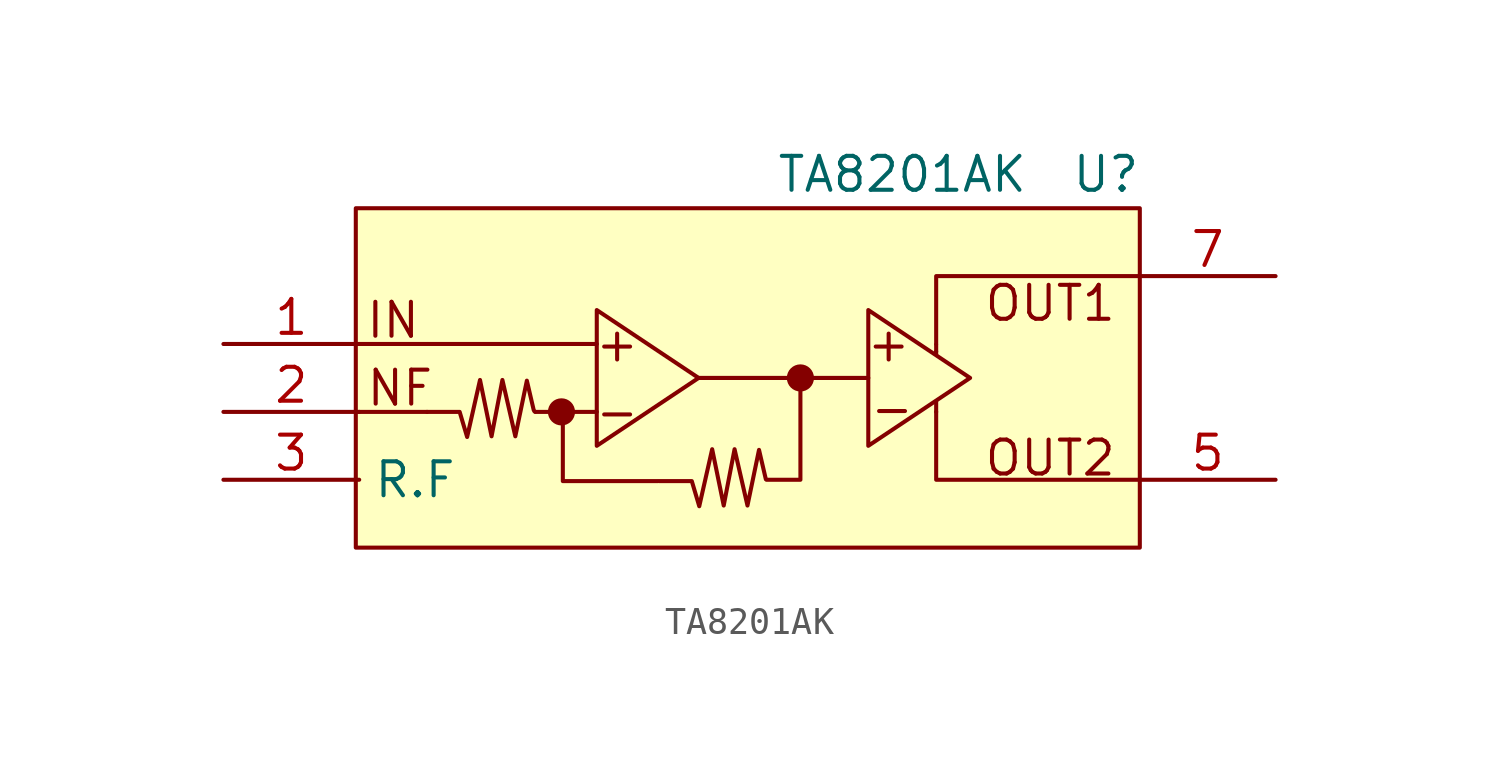
<source format=kicad_sym>
(kicad_symbol_lib
  (version 20220914)
  (generator kicad_symbol_editor)
  (symbol "TA8201AK"
    (property "Reference" "U"
      (at 13.97 7.62 0)
      (effects (font (size 1.27 1.27))))
    (property "Value" "TA8201AK"
      (at 6.35 7.62 0)
      (effects (font (size 1.27 1.27))))
    (symbol "TA8201AK_0_0"
      (circle (center -6.401 -1.27) (radius 0.0001) (stroke (width 0.508) (type default)) (fill (type none)))
      (polyline (pts (xy -13.97 -1.27) (xy -11.43 -1.27)) (stroke (width 0.152) (type default)) (fill (type none)))
      (polyline (pts (xy -7.391 -1.27) (xy -7.417 -1.245)) (stroke (width 0.152) (type default)) (fill (type none)))
      (polyline (pts (xy -6.35 -1.27) (xy -7.366 -1.27)) (stroke (width 0.152) (type default)) (fill (type none)))
      (polyline (pts (xy -5.08 -1.27) (xy -6.35 -1.27)) (stroke (width 0.152) (type default)) (fill (type none)))
      (polyline (pts (xy 7.62 -1.27) (xy 7.62 -0.889)) (stroke (width 0.152) (type default)) (fill (type none)))
      (polyline (pts (xy 7.62 0.991) (xy 7.62 0.889)) (stroke (width 0) (type default)) (fill (type none)))
      (polyline (pts (xy 7.62 1.245) (xy 7.62 0.991)) (stroke (width 0) (type default)) (fill (type none)))
      (polyline (pts (xy -6.35 -1.219) (xy -6.35 -3.861) (xy -2.794 -3.861)) (stroke (width 0.152) (type default)) (fill (type none)))
      (polyline (pts (xy 2.54 0) (xy 2.54 -3.81) (xy 1.27 -3.81)) (stroke (width 0.152) (type default)) (fill (type none)))
      (polyline (pts (xy 7.62 -1.27) (xy 7.62 -3.81) (xy 15.24 -3.81)) (stroke (width 0.152) (type default)) (fill (type none)))
      (polyline (pts (xy 7.62 1.27) (xy 7.62 3.81) (xy 15.24 3.81)) (stroke (width 0.152) (type default)) (fill (type none)))
      (polyline (pts (xy -11.43 -1.27) (xy -10.211 -1.27) (xy -9.931 -2.21) (xy -9.449 -0.076) (xy -9.017 -2.184) (xy -8.611 -0.076) (xy -8.128 -2.184) (xy -7.696 -0.102) (xy -7.442 -1.194)) (stroke (width 0) (type default)) (fill (type none)))
      (polyline (pts (xy -2.743 -3.861) (xy -1.524 -3.861) (xy -1.245 -4.801) (xy -0.762 -2.667) (xy -0.33 -4.775) (xy 0.076 -2.667) (xy 0.559 -4.775) (xy 0.991 -2.692) (xy 1.245 -3.785)) (stroke (width 0) (type default)) (fill (type none)))
      (circle (center 2.54 0) (radius 0.0001) (stroke (width 0.508) (type default)) (fill (type none)))
      (text "+" (at -4.318 1.27 0) (effects (font (size 1.27 1.27))))
      (text "+" (at 5.842 1.27 0) (effects (font (size 1.27 1.27))))
      (text "-" (at -4.318 -1.27 0) (effects (font (size 1.27 1.27))))
      (text "-" (at 5.969 -1.143 0) (effects (font (size 1.27 1.27))))
      (text "IN" (at -12.7 2.159 0) (effects (font (size 1.27 1.27))))
      (text "NF" (at -12.446 -0.381 0) (effects (font (size 1.27 1.27))))
      (text "OUT1" (at 11.887 2.794 0) (effects (font (size 1.27 1.27))))
      (text "OUT2" (at 11.887 -2.997 0) (effects (font (size 1.27 1.27)))))
    (symbol "TA8201AK_0_1"
      (rectangle (start -14.097 6.35) (end 15.24 -6.35) (stroke (width 0) (type default)) (fill (type background)))
      (polyline (pts (xy -11.43 1.27) (xy -13.97 1.27)) (stroke (width 0) (type default)) (fill (type none)))
      (polyline (pts (xy -11.43 1.27) (xy -5.08 1.27)) (stroke (width 0) (type default)) (fill (type none)))
      (polyline (pts (xy -1.27 0) (xy 5.08 0)) (stroke (width 0) (type default)) (fill (type none)))
      (polyline (pts (xy -5.08 2.54) (xy -5.08 -2.54) (xy -1.27 0) (xy -5.08 2.54)) (stroke (width 0) (type default)) (fill (type none)))
      (polyline (pts (xy 5.08 2.54) (xy 5.08 -2.54) (xy 8.89 0) (xy 5.08 2.54)) (stroke (width 0) (type default)) (fill (type none))))
    (symbol "TA8201AK_1_1"
      (pin input line (at -19.05 1.27 0) (length 5.08) (name "~" (effects (font (size 1.27 1.27)))) (number "1" (effects (font (size 1.27 1.27)))))
      (pin input line (at -19.05 -1.27 0) (length 5.08) (name "~" (effects (font (size 1.27 1.27)))) (number "2" (effects (font (size 1.27 1.27)))))
      (pin passive line (at -19.05 -3.81 0) (length 5.08) (name "R.F" (effects (font (size 1.27 1.27)))) (number "3" (effects (font (size 1.27 1.27)))))
      (pin power_in line (at 0 -6.35 90) (length 2.54) hide (name "VSS" (effects (font (size 1.27 1.27)))) (number "4" (effects (font (size 1.27 1.27)))))
      (pin output line (at 20.32 -3.81 180) (length 5.08) (name "~" (effects (font (size 1.27 1.27)))) (number "5" (effects (font (size 1.27 1.27)))))
      (pin power_in line (at 0 6.35 270) (length 2.54) hide (name "VCC" (effects (font (size 1.27 1.27)))) (number "6" (effects (font (size 1.27 1.27)))))
      (pin output line (at 20.32 3.81 180) (length 5.08) (name "~" (effects (font (size 1.27 1.27)))) (number "7" (effects (font (size 1.27 1.27))))))))
</source>
